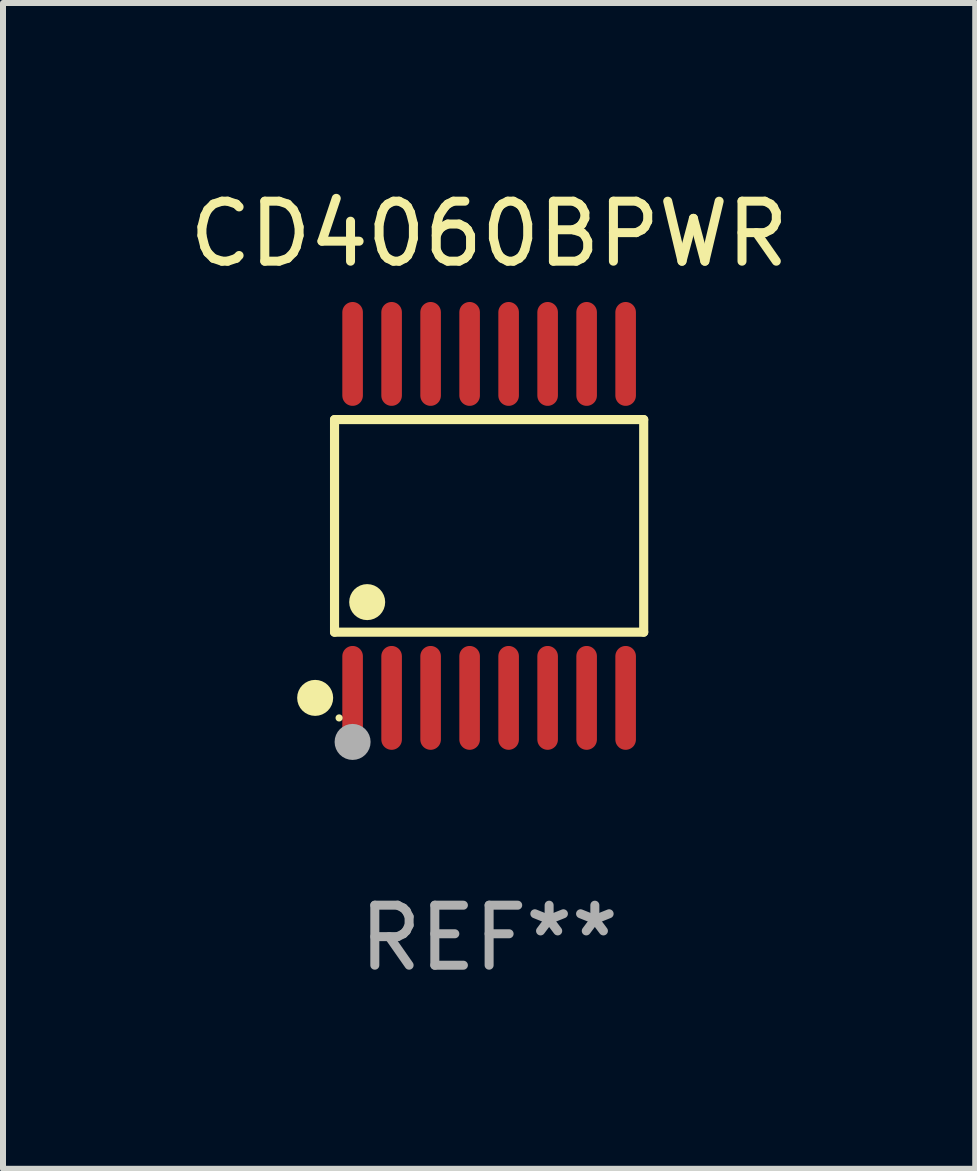
<source format=kicad_pcb>
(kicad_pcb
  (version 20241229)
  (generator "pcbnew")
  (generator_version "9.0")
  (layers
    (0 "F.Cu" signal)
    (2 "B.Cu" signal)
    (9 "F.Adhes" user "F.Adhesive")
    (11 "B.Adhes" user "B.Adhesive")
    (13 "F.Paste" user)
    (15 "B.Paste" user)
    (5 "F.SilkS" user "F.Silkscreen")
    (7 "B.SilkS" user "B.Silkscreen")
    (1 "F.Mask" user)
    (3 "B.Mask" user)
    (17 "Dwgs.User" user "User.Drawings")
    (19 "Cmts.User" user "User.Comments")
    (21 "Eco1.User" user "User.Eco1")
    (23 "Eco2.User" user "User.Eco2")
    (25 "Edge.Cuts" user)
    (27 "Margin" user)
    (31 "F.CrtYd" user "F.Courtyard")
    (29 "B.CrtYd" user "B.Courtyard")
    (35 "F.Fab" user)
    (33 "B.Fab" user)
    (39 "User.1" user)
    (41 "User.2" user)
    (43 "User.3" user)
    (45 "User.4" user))
  (footprint "CD4060BPWR"
    (layer "F.Cu")
    (at 5.101 5.714)
    (property "Reference" "CD4060BPWR" (at 0 -4.866 0) (layer "F.SilkS") (effects (font (size 1 1) (thickness 0.15))))
    (attr through_hole)
    (fp_line (start -2.576 -1.772) (end 2.576 -1.772) (stroke (width 0.152) (type solid)) (layer "F.SilkS"))
    (fp_line (start -2.576 1.771) (end -2.576 -1.772) (stroke (width 0.152) (type solid)) (layer "F.SilkS"))
    (fp_line (start 2.576 -1.772) (end 2.576 1.771) (stroke (width 0.152) (type solid)) (layer "F.SilkS"))
    (fp_line (start 2.576 1.771) (end -2.576 1.771) (stroke (width 0.152) (type solid)) (layer "F.SilkS"))
    (fp_circle (center -2.899 2.866) (end -2.749 2.866) (stroke (width 0.3) (type solid)) (fill no) (layer "F.SilkS"))
    (fp_circle (center -2.5 3.2) (end -2.47 3.2) (stroke (width 0.06) (type solid)) (fill no) (layer "F.SilkS"))
    (fp_circle (center -2.032 1.27) (end -1.882 1.27) (stroke (width 0.3) (type solid)) (fill no) (layer "F.SilkS"))
    (fp_circle (center -2.275 3.6) (end -2.125 3.6) (stroke (width 0.3) (type solid)) (fill no) (layer "F.Fab"))
    (fp_text user "REF**" (at 0 6.866 0) (layer "F.Fab") (effects (font (size 1 1) (thickness 0.15))))
    (pad "1" smd oval (at -2.275 2.866) (size 0.343 1.731) (layers "F.Cu" "F.Mask" "F.Paste"))
    (pad "2" smd oval (at -1.625 2.866) (size 0.343 1.731) (layers "F.Cu" "F.Mask" "F.Paste"))
    (pad "3" smd oval (at -0.975 2.866) (size 0.343 1.731) (layers "F.Cu" "F.Mask" "F.Paste"))
    (pad "4" smd oval (at -0.325 2.866) (size 0.343 1.731) (layers "F.Cu" "F.Mask" "F.Paste"))
    (pad "5" smd oval (at 0.325 2.866) (size 0.343 1.731) (layers "F.Cu" "F.Mask" "F.Paste"))
    (pad "6" smd oval (at 0.975 2.866) (size 0.343 1.731) (layers "F.Cu" "F.Mask" "F.Paste"))
    (pad "7" smd oval (at 1.625 2.866) (size 0.343 1.731) (layers "F.Cu" "F.Mask" "F.Paste"))
    (pad "8" smd oval (at 2.275 2.866) (size 0.343 1.731) (layers "F.Cu" "F.Mask" "F.Paste"))
    (pad "9" smd oval (at 2.275 -2.866) (size 0.343 1.731) (layers "F.Cu" "F.Mask" "F.Paste"))
    (pad "10" smd oval (at 1.625 -2.866) (size 0.343 1.731) (layers "F.Cu" "F.Mask" "F.Paste"))
    (pad "11" smd oval (at 0.975 -2.866) (size 0.343 1.731) (layers "F.Cu" "F.Mask" "F.Paste"))
    (pad "12" smd oval (at 0.325 -2.866) (size 0.343 1.731) (layers "F.Cu" "F.Mask" "F.Paste"))
    (pad "13" smd oval (at -0.325 -2.866) (size 0.343 1.731) (layers "F.Cu" "F.Mask" "F.Paste"))
    (pad "14" smd oval (at -0.975 -2.866) (size 0.343 1.731) (layers "F.Cu" "F.Mask" "F.Paste"))
    (pad "15" smd oval (at -1.625 -2.866) (size 0.343 1.731) (layers "F.Cu" "F.Mask" "F.Paste"))
    (pad "16" smd oval (at -2.275 -2.866) (size 0.343 1.731) (layers "F.Cu" "F.Mask" "F.Paste")))
  (gr_rect
    (start -3 -3)
    (end 13.202 16.428)
    (stroke (width 0.1) (type default))
    (fill no)
    (layer "Edge.Cuts")))
</source>
